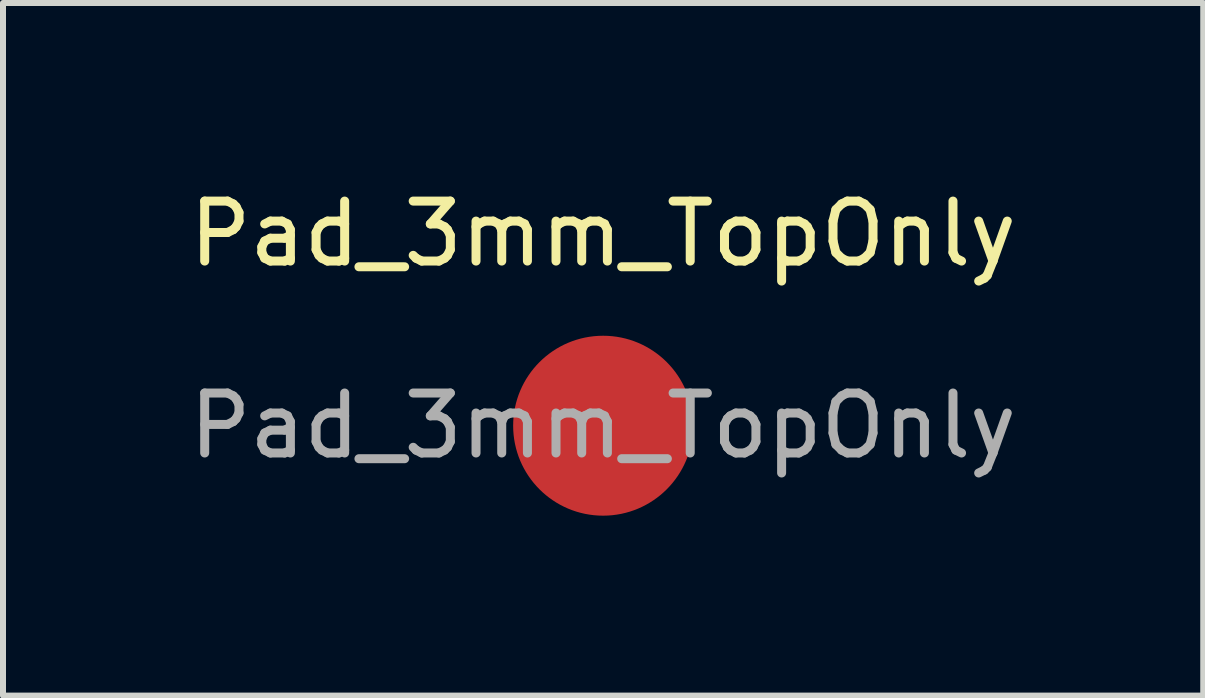
<source format=kicad_pcb>
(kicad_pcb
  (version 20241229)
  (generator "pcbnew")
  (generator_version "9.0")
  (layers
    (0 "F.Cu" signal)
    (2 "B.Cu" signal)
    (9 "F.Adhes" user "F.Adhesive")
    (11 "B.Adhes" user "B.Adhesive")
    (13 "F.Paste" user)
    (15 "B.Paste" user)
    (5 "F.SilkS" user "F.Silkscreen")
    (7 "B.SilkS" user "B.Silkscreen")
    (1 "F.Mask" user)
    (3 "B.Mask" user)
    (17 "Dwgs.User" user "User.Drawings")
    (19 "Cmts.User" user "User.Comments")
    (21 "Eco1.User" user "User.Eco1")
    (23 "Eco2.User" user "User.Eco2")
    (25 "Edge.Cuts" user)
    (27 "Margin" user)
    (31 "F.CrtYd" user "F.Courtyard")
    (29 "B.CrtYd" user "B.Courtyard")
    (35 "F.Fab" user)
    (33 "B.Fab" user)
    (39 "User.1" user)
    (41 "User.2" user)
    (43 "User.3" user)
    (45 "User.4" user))
  (footprint "Pad_3mm_TopOnly"
    (layer "F.Cu")
    (at 7.006 4.048)
    (property "Reference" "Pad_3mm_TopOnly" (at 0 -3.2 0) (layer "F.SilkS") (effects (font (size 1 1) (thickness 0.15))))
    (attr exclude_from_pos_files exclude_from_bom)
    (fp_text user "${REFERENCE}" (at 0 0 0) (layer "F.Fab") (effects (font (size 1 1) (thickness 0.15))))
    (pad "1" connect circle (at 0 0) (size 3 3) (layers "F.Cu" "F.Mask")))
  (gr_rect
    (start -3 -3)
    (end 17.012 8.548)
    (stroke (width 0.1) (type default))
    (fill no)
    (layer "Edge.Cuts")))
</source>
